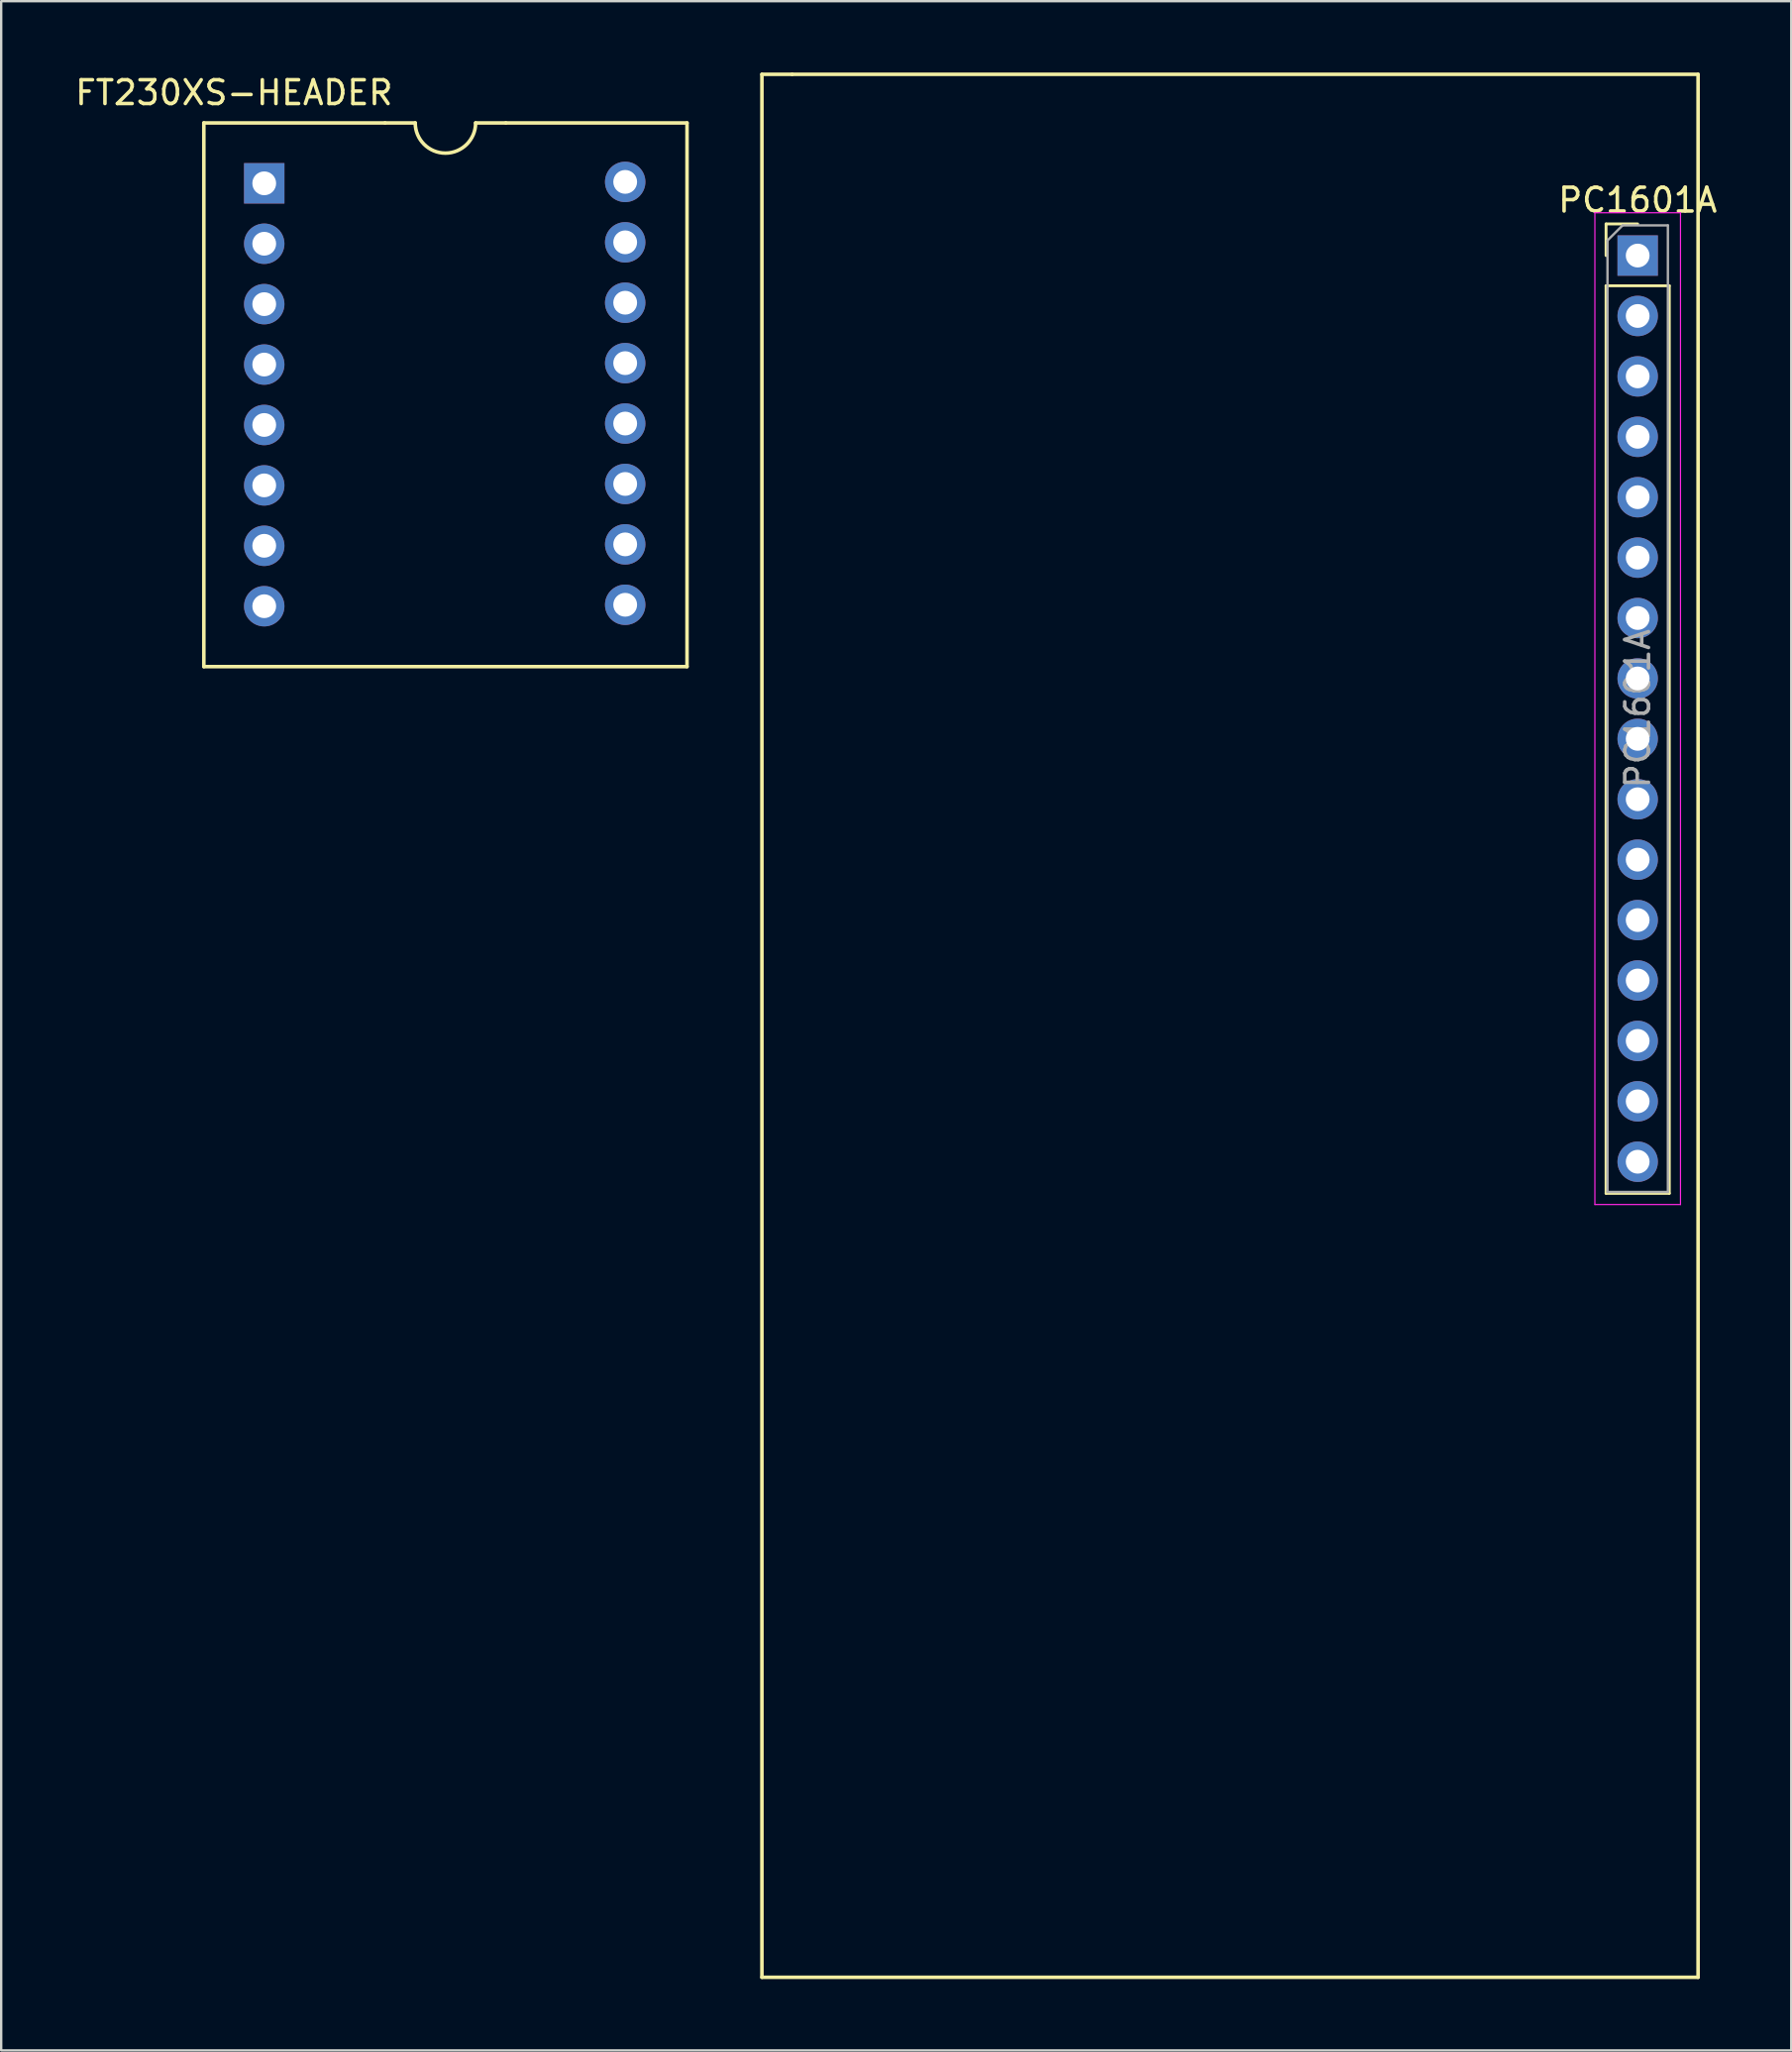
<source format=kicad_pcb>
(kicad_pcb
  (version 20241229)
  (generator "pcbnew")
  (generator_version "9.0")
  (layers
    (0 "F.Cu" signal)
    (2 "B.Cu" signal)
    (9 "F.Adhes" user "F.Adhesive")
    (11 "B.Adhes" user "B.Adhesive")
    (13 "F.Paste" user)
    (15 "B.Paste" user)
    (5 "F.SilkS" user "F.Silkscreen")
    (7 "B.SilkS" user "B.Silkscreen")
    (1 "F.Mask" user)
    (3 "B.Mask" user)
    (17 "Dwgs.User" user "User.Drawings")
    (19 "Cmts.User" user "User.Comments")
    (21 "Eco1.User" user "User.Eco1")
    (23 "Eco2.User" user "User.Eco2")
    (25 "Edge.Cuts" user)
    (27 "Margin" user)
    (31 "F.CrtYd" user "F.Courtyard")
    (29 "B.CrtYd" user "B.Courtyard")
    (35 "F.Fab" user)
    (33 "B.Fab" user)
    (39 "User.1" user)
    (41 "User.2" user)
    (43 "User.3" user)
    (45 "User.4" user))
  (footprint "FT230XS-HEADER"
    (layer "F.Cu")
    (at 8.062 4.658)
    (property "Reference" "FT230XS-HEADER" (at -1.27 -3.81 0) (layer "F.SilkS") (effects (font (size 1 1) (thickness 0.15))))
    (attr through_hole)
    (fp_line (start -2.54 -2.54) (end -2.54 20.32) (stroke (width 0.15) (type solid)) (layer "F.SilkS"))
    (fp_line (start -2.54 -2.54) (end 5.08 -2.54) (stroke (width 0.15) (type solid)) (layer "F.SilkS"))
    (fp_line (start -2.54 20.32) (end 17.78 20.32) (stroke (width 0.15) (type solid)) (layer "F.SilkS"))
    (fp_line (start 6.35 -2.54) (end 5.08 -2.54) (stroke (width 0.15) (type solid)) (layer "F.SilkS"))
    (fp_line (start 10.16 -2.54) (end 8.89 -2.54) (stroke (width 0.15) (type solid)) (layer "F.SilkS"))
    (fp_line (start 17.78 -2.54) (end 10.16 -2.54) (stroke (width 0.15) (type solid)) (layer "F.SilkS"))
    (fp_line (start 17.78 20.32) (end 17.78 -2.54) (stroke (width 0.15) (type solid)) (layer "F.SilkS"))
    (fp_arc (start 8.89 -2.54) (mid 7.62 -1.27) (end 6.35 -2.54) (stroke (width 0.15) (type solid)) (layer "F.SilkS"))
    (pad "1" thru_hole rect (at 0 0) (size 1.7 1.7) (drill 1) (layers "*.Cu" "*.Mask"))
    (pad "2" thru_hole oval (at 0 2.54) (size 1.7 1.7) (drill 1) (layers "*.Cu" "*.Mask"))
    (pad "3" thru_hole oval (at 0 5.08) (size 1.7 1.7) (drill 1) (layers "*.Cu" "*.Mask"))
    (pad "4" thru_hole oval (at 0 7.62) (size 1.7 1.7) (drill 1) (layers "*.Cu" "*.Mask"))
    (pad "5" thru_hole oval (at 0 10.16) (size 1.7 1.7) (drill 1) (layers "*.Cu" "*.Mask"))
    (pad "6" thru_hole oval (at 0 12.7) (size 1.7 1.7) (drill 1) (layers "*.Cu" "*.Mask"))
    (pad "7" thru_hole oval (at 0 15.24) (size 1.7 1.7) (drill 1) (layers "*.Cu" "*.Mask"))
    (pad "8" thru_hole oval (at 0 17.78) (size 1.7 1.7) (drill 1) (layers "*.Cu" "*.Mask"))
    (pad "9" thru_hole oval (at 15.18 17.72) (size 1.7 1.7) (drill 1) (layers "*.Cu" "*.Mask"))
    (pad "10" thru_hole oval (at 15.18 15.18) (size 1.7 1.7) (drill 1) (layers "*.Cu" "*.Mask"))
    (pad "11" thru_hole oval (at 15.18 12.64) (size 1.7 1.7) (drill 1) (layers "*.Cu" "*.Mask"))
    (pad "12" thru_hole oval (at 15.18 10.1) (size 1.7 1.7) (drill 1) (layers "*.Cu" "*.Mask"))
    (pad "13" thru_hole oval (at 15.18 7.56) (size 1.7 1.7) (drill 1) (layers "*.Cu" "*.Mask"))
    (pad "14" thru_hole oval (at 15.18 5.02) (size 1.7 1.7) (drill 1) (layers "*.Cu" "*.Mask"))
    (pad "15" thru_hole oval (at 15.18 2.48) (size 1.7 1.7) (drill 1) (layers "*.Cu" "*.Mask"))
    (pad "16" thru_hole circle (at 15.18 -0.06) (size 1.7 1.7) (drill 1) (layers "*.Cu" "*.Mask")))
  (footprint "PC1601A"
    (layer "F.Cu")
    (at 65.822 7.695)
    (property "Reference" "PC1601A" (at 0 -2.33 0) (layer "F.SilkS") (effects (font (size 1 1) (thickness 0.15))))
    (attr through_hole)
    (fp_line (start -36.83 -7.62) (end -35.56 -7.62) (stroke (width 0.15) (type solid)) (layer "F.SilkS"))
    (fp_line (start -36.83 72.39) (end -36.83 -7.62) (stroke (width 0.15) (type solid)) (layer "F.SilkS"))
    (fp_line (start -1.33 -1.33) (end 0 -1.33) (stroke (width 0.12) (type solid)) (layer "F.SilkS"))
    (fp_line (start -1.33 0) (end -1.33 -1.33) (stroke (width 0.12) (type solid)) (layer "F.SilkS"))
    (fp_line (start -1.33 1.27) (end -1.33 39.43) (stroke (width 0.12) (type solid)) (layer "F.SilkS"))
    (fp_line (start -1.33 1.27) (end 1.33 1.27) (stroke (width 0.12) (type solid)) (layer "F.SilkS"))
    (fp_line (start -1.33 39.43) (end 1.33 39.43) (stroke (width 0.12) (type solid)) (layer "F.SilkS"))
    (fp_line (start 1.33 1.27) (end 1.33 39.43) (stroke (width 0.12) (type solid)) (layer "F.SilkS"))
    (fp_line (start 2.54 -7.62) (end -35.56 -7.62) (stroke (width 0.15) (type solid)) (layer "F.SilkS"))
    (fp_line (start 2.54 -7.62) (end 2.54 72.39) (stroke (width 0.15) (type solid)) (layer "F.SilkS"))
    (fp_line (start 2.54 72.39) (end -36.83 72.39) (stroke (width 0.15) (type solid)) (layer "F.SilkS"))
    (fp_line (start -1.8 -1.8) (end -1.8 39.9) (stroke (width 0.05) (type solid)) (layer "F.CrtYd"))
    (fp_line (start -1.8 39.9) (end 1.8 39.9) (stroke (width 0.05) (type solid)) (layer "F.CrtYd"))
    (fp_line (start 1.8 -1.8) (end -1.8 -1.8) (stroke (width 0.05) (type solid)) (layer "F.CrtYd"))
    (fp_line (start 1.8 39.9) (end 1.8 -1.8) (stroke (width 0.05) (type solid)) (layer "F.CrtYd"))
    (fp_line (start -1.27 -0.635) (end -0.635 -1.27) (stroke (width 0.1) (type solid)) (layer "F.Fab"))
    (fp_line (start -1.27 39.37) (end -1.27 -0.635) (stroke (width 0.1) (type solid)) (layer "F.Fab"))
    (fp_line (start -0.635 -1.27) (end 1.27 -1.27) (stroke (width 0.1) (type solid)) (layer "F.Fab"))
    (fp_line (start 1.27 -1.27) (end 1.27 39.37) (stroke (width 0.1) (type solid)) (layer "F.Fab"))
    (fp_line (start 1.27 39.37) (end -1.27 39.37) (stroke (width 0.1) (type solid)) (layer "F.Fab"))
    (fp_text user "${REFERENCE}" (at 0 19.05 90) (layer "F.Fab") (effects (font (size 1 1) (thickness 0.15))))
    (pad "1" thru_hole rect (at 0 0) (size 1.7 1.7) (drill 1) (layers "*.Cu" "*.Mask"))
    (pad "2" thru_hole oval (at 0 2.54) (size 1.7 1.7) (drill 1) (layers "*.Cu" "*.Mask"))
    (pad "3" thru_hole oval (at 0 5.08) (size 1.7 1.7) (drill 1) (layers "*.Cu" "*.Mask"))
    (pad "4" thru_hole oval (at 0 7.62) (size 1.7 1.7) (drill 1) (layers "*.Cu" "*.Mask"))
    (pad "5" thru_hole oval (at 0 10.16) (size 1.7 1.7) (drill 1) (layers "*.Cu" "*.Mask"))
    (pad "6" thru_hole oval (at 0 12.7) (size 1.7 1.7) (drill 1) (layers "*.Cu" "*.Mask"))
    (pad "7" thru_hole oval (at 0 15.24) (size 1.7 1.7) (drill 1) (layers "*.Cu" "*.Mask"))
    (pad "8" thru_hole oval (at 0 17.78) (size 1.7 1.7) (drill 1) (layers "*.Cu" "*.Mask"))
    (pad "9" thru_hole oval (at 0 20.32) (size 1.7 1.7) (drill 1) (layers "*.Cu" "*.Mask"))
    (pad "10" thru_hole oval (at 0 22.86) (size 1.7 1.7) (drill 1) (layers "*.Cu" "*.Mask"))
    (pad "11" thru_hole oval (at 0 25.4) (size 1.7 1.7) (drill 1) (layers "*.Cu" "*.Mask"))
    (pad "12" thru_hole oval (at 0 27.94) (size 1.7 1.7) (drill 1) (layers "*.Cu" "*.Mask"))
    (pad "13" thru_hole oval (at 0 30.48) (size 1.7 1.7) (drill 1) (layers "*.Cu" "*.Mask"))
    (pad "14" thru_hole oval (at 0 33.02) (size 1.7 1.7) (drill 1) (layers "*.Cu" "*.Mask"))
    (pad "15" thru_hole oval (at 0 35.56) (size 1.7 1.7) (drill 1) (layers "*.Cu" "*.Mask"))
    (pad "16" thru_hole oval (at 0 38.1) (size 1.7 1.7) (drill 1) (layers "*.Cu" "*.Mask")))
  (gr_rect
    (start -3 -3)
    (end 72.28 83.16)
    (stroke (width 0.1) (type default))
    (fill no)
    (layer "Edge.Cuts")))
</source>
